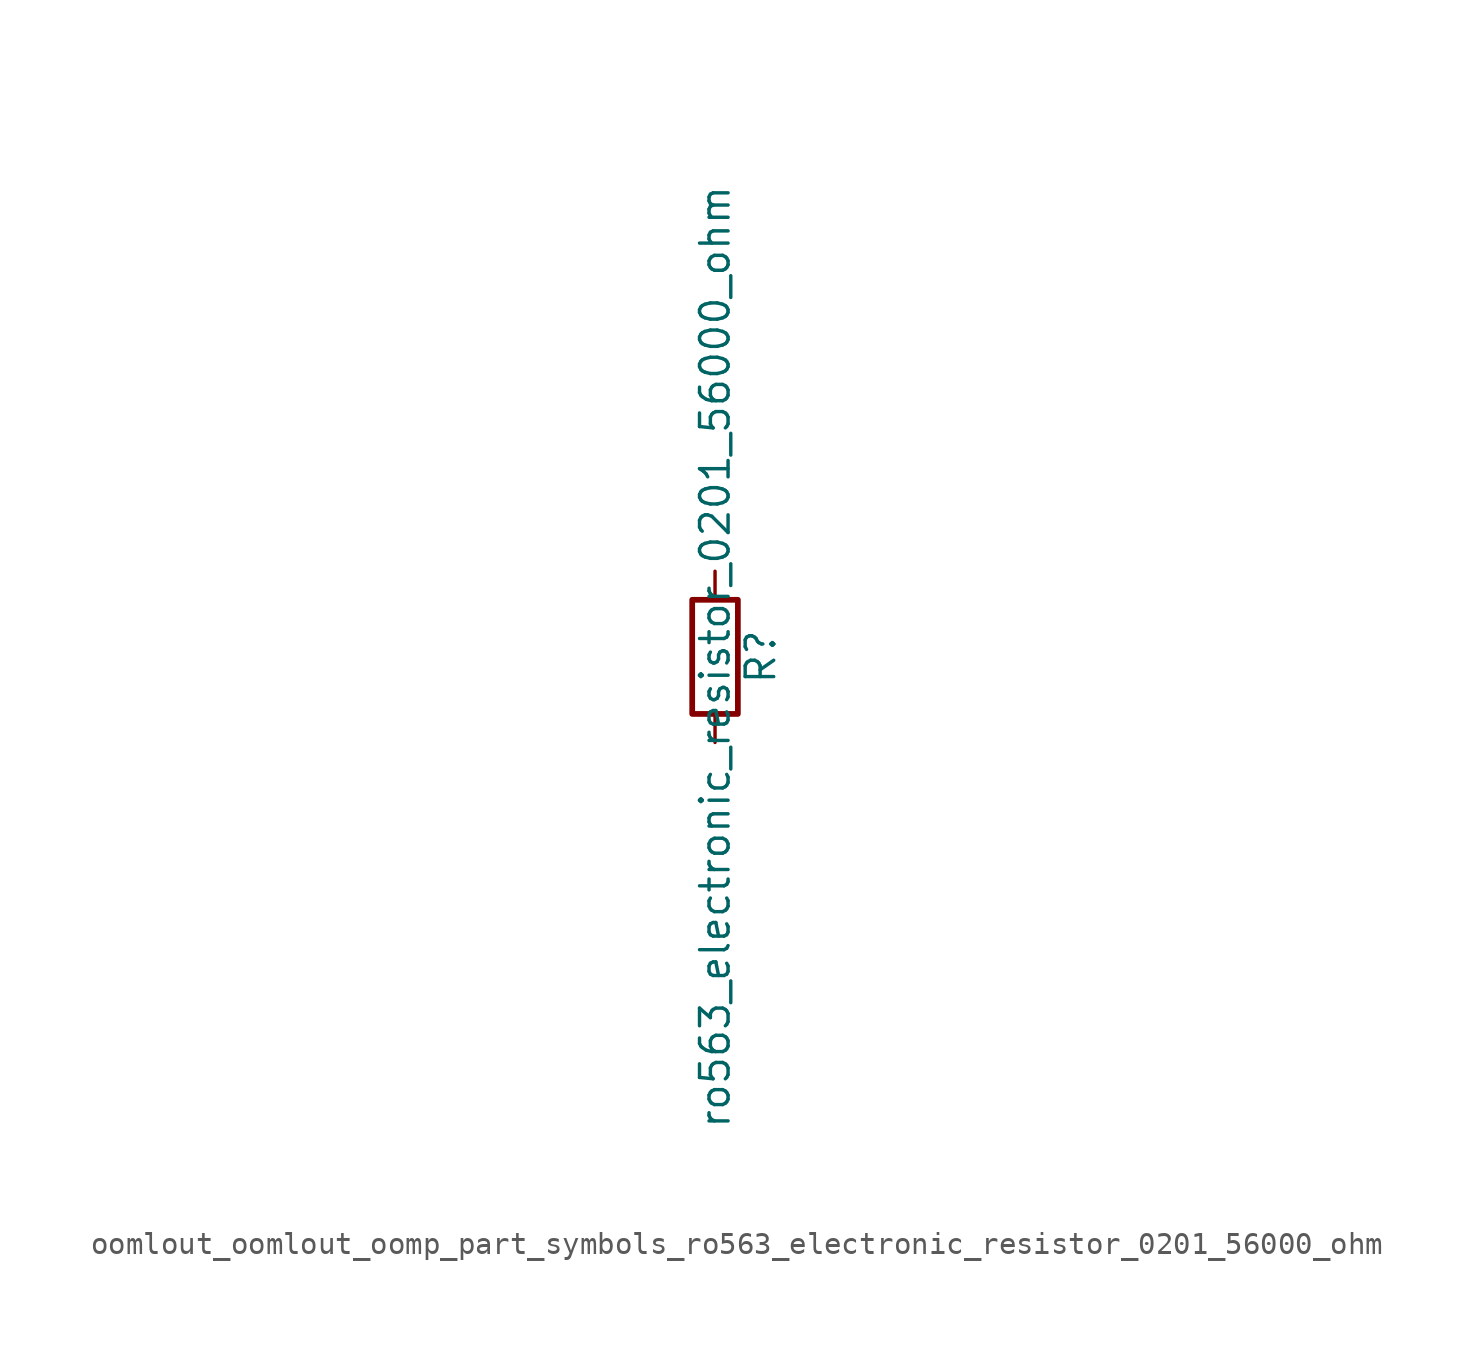
<source format=kicad_sym>
(kicad_symbol_lib
  (version 20220914)
  (generator kicad_symbol_editor)
  (symbol "oomlout_oomlout_oomp_part_symbols_ro563_electronic_resistor_0201_56000_ohm"
    (pin_numbers hide)
    (pin_names
      (offset 0))
    (property "Reference" "R"
      (at 2.032 0 90)
      (effects (font (size 1.27 1.27))))
    (property "Value" "ro563_electronic_resistor_0201_56000_ohm"
      (at 0 0 90)
      (effects (font (size 1.27 1.27))))
    (symbol "oomlout_oomlout_oomp_part_symbols_ro563_electronic_resistor_0201_56000_ohm_0_1"
      (rectangle (start -1.016 -2.54) (end 1.016 2.54) (stroke (width 0.254) (type default)) (fill (type none))))
    (symbol "oomlout_oomlout_oomp_part_symbols_ro563_electronic_resistor_0201_56000_ohm_1_1"
      (pin passive line (at 0 3.81 270) (length 1.27) (name "~" (effects (font (size 1.27 1.27)))) (number "1" (effects (font (size 1.27 1.27)))))
      (pin passive line (at 0 -3.81 90) (length 1.27) (name "~" (effects (font (size 1.27 1.27)))) (number "2" (effects (font (size 1.27 1.27))))))))
</source>
